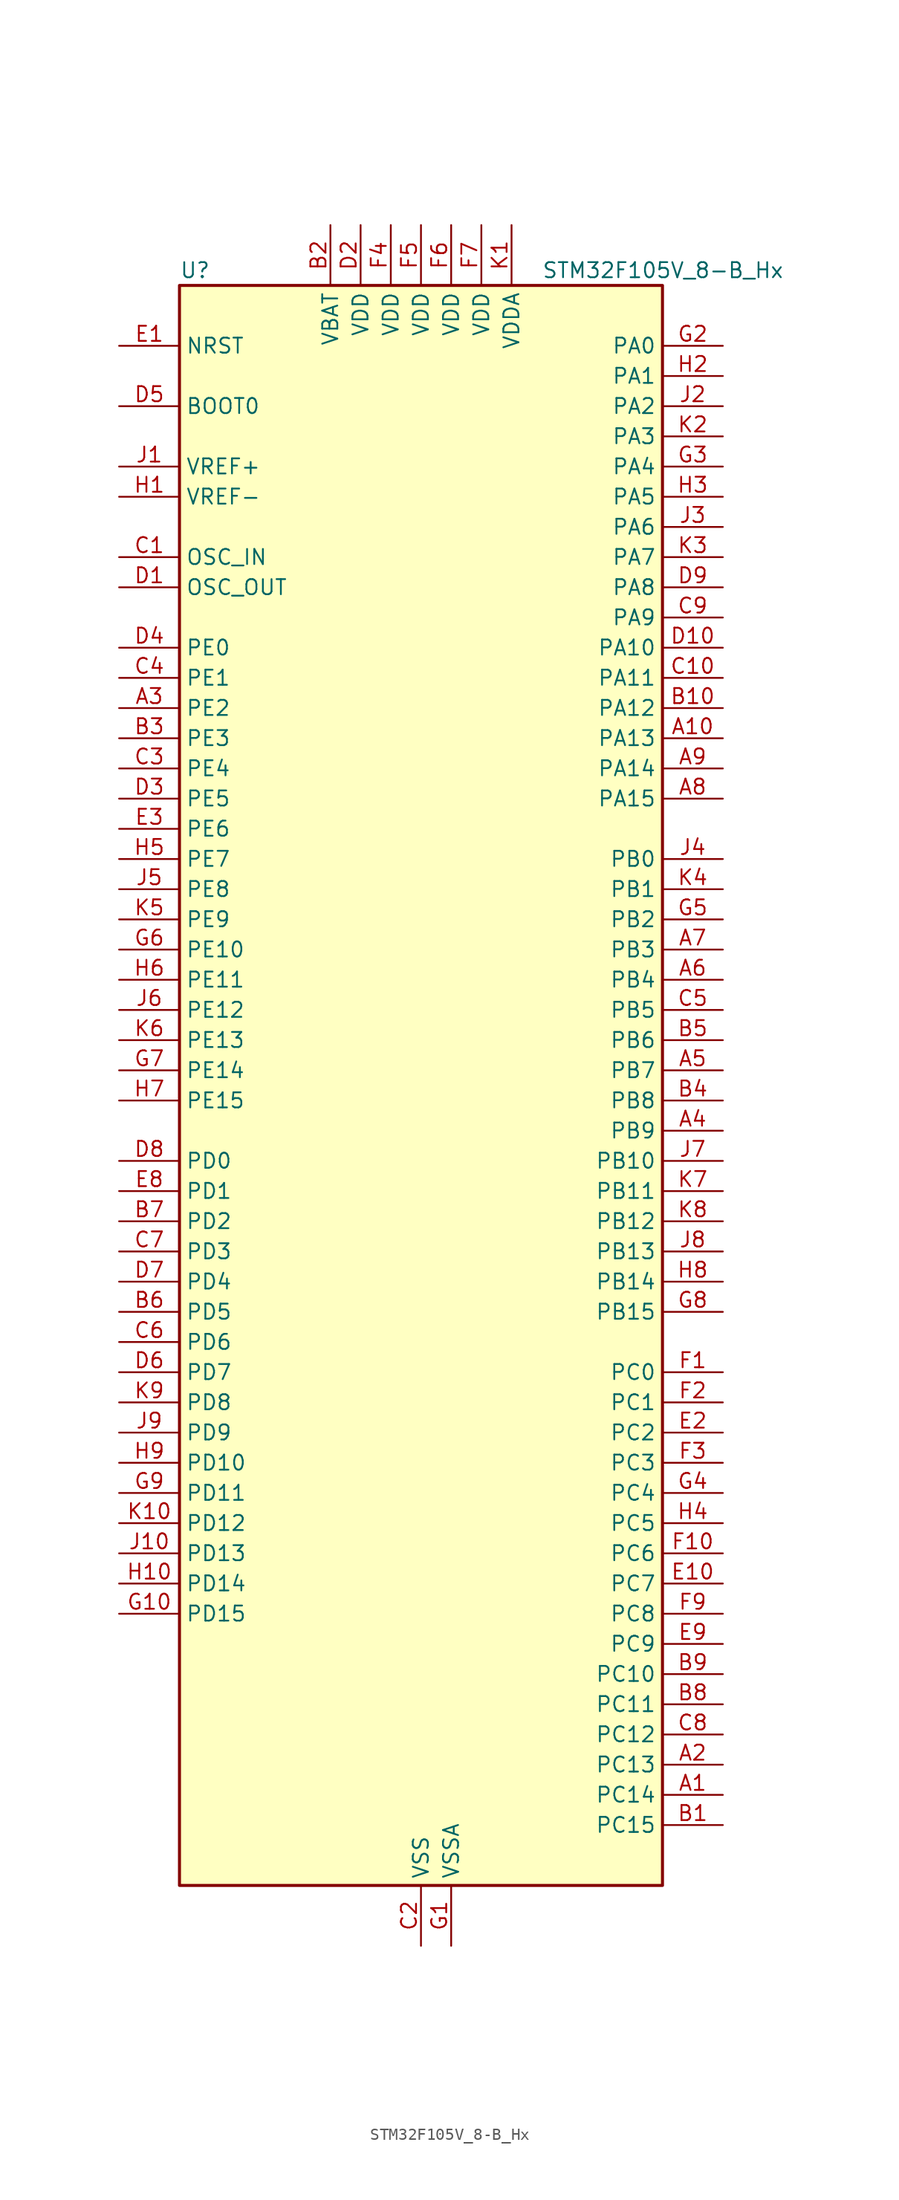
<source format=kicad_sym>
(kicad_symbol_lib
  (version 20241209)
  (generator "kicad_symbol_editor")
  (generator_version "9.0")
  (symbol "STM32F105V_8-B_Hx"
    (property "Reference" "U"
      (at -20.32 69.85 0)
      (effects (font (size 1.27 1.27)) (justify left)))
    (property "Value" "STM32F105V_8-B_Hx"
      (at 10.16 69.85 0)
      (effects (font (size 1.27 1.27)) (justify left)))
    (symbol "STM32F105V_8-B_Hx_0_1"
      (rectangle (start -20.32 -66.04) (end 20.32 68.58) (stroke (width 0.254) (type default)) (fill (type background))))
    (symbol "STM32F105V_8-B_Hx_1_1"
      (pin input line (at -25.4 63.5 0) (length 5.08) (name "NRST" (effects (font (size 1.27 1.27)))) (number "E1" (effects (font (size 1.27 1.27)))))
      (pin input line (at -25.4 58.42 0) (length 5.08) (name "BOOT0" (effects (font (size 1.27 1.27)))) (number "D5" (effects (font (size 1.27 1.27)))))
      (pin input line (at -25.4 53.34 0) (length 5.08) (name "VREF+" (effects (font (size 1.27 1.27)))) (number "J1" (effects (font (size 1.27 1.27)))))
      (pin input line (at -25.4 50.8 0) (length 5.08) (name "VREF-" (effects (font (size 1.27 1.27)))) (number "H1" (effects (font (size 1.27 1.27)))))
      (pin input line (at -25.4 45.72 0) (length 5.08) (name "OSC_IN" (effects (font (size 1.27 1.27)))) (number "C1" (effects (font (size 1.27 1.27)))) (alternate "RCC_OSC_IN" bidirectional line))
      (pin input line (at -25.4 43.18 0) (length 5.08) (name "OSC_OUT" (effects (font (size 1.27 1.27)))) (number "D1" (effects (font (size 1.27 1.27)))) (alternate "RCC_OSC_OUT" bidirectional line))
      (pin bidirectional line (at -25.4 38.1 0) (length 5.08) (name "PE0" (effects (font (size 1.27 1.27)))) (number "D4" (effects (font (size 1.27 1.27)))) (alternate "TIM4_ETR" bidirectional line))
      (pin bidirectional line (at -25.4 35.56 0) (length 5.08) (name "PE1" (effects (font (size 1.27 1.27)))) (number "C4" (effects (font (size 1.27 1.27)))))
      (pin bidirectional line (at -25.4 33.02 0) (length 5.08) (name "PE2" (effects (font (size 1.27 1.27)))) (number "A3" (effects (font (size 1.27 1.27)))) (alternate "SYS_TRACECLK" bidirectional line))
      (pin bidirectional line (at -25.4 30.48 0) (length 5.08) (name "PE3" (effects (font (size 1.27 1.27)))) (number "B3" (effects (font (size 1.27 1.27)))) (alternate "SYS_TRACED0" bidirectional line))
      (pin bidirectional line (at -25.4 27.94 0) (length 5.08) (name "PE4" (effects (font (size 1.27 1.27)))) (number "C3" (effects (font (size 1.27 1.27)))) (alternate "SYS_TRACED1" bidirectional line))
      (pin bidirectional line (at -25.4 25.4 0) (length 5.08) (name "PE5" (effects (font (size 1.27 1.27)))) (number "D3" (effects (font (size 1.27 1.27)))) (alternate "SYS_TRACED2" bidirectional line))
      (pin bidirectional line (at -25.4 22.86 0) (length 5.08) (name "PE6" (effects (font (size 1.27 1.27)))) (number "E3" (effects (font (size 1.27 1.27)))) (alternate "SYS_TRACED3" bidirectional line))
      (pin bidirectional line (at -25.4 20.32 0) (length 5.08) (name "PE7" (effects (font (size 1.27 1.27)))) (number "H5" (effects (font (size 1.27 1.27)))) (alternate "TIM1_ETR" bidirectional line))
      (pin bidirectional line (at -25.4 17.78 0) (length 5.08) (name "PE8" (effects (font (size 1.27 1.27)))) (number "J5" (effects (font (size 1.27 1.27)))) (alternate "TIM1_CH1N" bidirectional line))
      (pin bidirectional line (at -25.4 15.24 0) (length 5.08) (name "PE9" (effects (font (size 1.27 1.27)))) (number "K5" (effects (font (size 1.27 1.27)))) (alternate "DAC_EXTI9" bidirectional line) (alternate "TIM1_CH1" bidirectional line))
      (pin bidirectional line (at -25.4 12.7 0) (length 5.08) (name "PE10" (effects (font (size 1.27 1.27)))) (number "G6" (effects (font (size 1.27 1.27)))) (alternate "TIM1_CH2N" bidirectional line))
      (pin bidirectional line (at -25.4 10.16 0) (length 5.08) (name "PE11" (effects (font (size 1.27 1.27)))) (number "H6" (effects (font (size 1.27 1.27)))) (alternate "ADC1_EXTI11" bidirectional line) (alternate "ADC2_EXTI11" bidirectional line) (alternate "TIM1_CH2" bidirectional line))
      (pin bidirectional line (at -25.4 7.62 0) (length 5.08) (name "PE12" (effects (font (size 1.27 1.27)))) (number "J6" (effects (font (size 1.27 1.27)))) (alternate "TIM1_CH3N" bidirectional line))
      (pin bidirectional line (at -25.4 5.08 0) (length 5.08) (name "PE13" (effects (font (size 1.27 1.27)))) (number "K6" (effects (font (size 1.27 1.27)))) (alternate "TIM1_CH3" bidirectional line))
      (pin bidirectional line (at -25.4 2.54 0) (length 5.08) (name "PE14" (effects (font (size 1.27 1.27)))) (number "G7" (effects (font (size 1.27 1.27)))) (alternate "TIM1_CH4" bidirectional line))
      (pin bidirectional line (at -25.4 0 0) (length 5.08) (name "PE15" (effects (font (size 1.27 1.27)))) (number "H7" (effects (font (size 1.27 1.27)))) (alternate "ADC1_EXTI15" bidirectional line) (alternate "ADC2_EXTI15" bidirectional line) (alternate "TIM1_BKIN" bidirectional line))
      (pin bidirectional line (at -25.4 -5.08 0) (length 5.08) (name "PD0" (effects (font (size 1.27 1.27)))) (number "D8" (effects (font (size 1.27 1.27)))) (alternate "CAN1_RX" bidirectional line))
      (pin bidirectional line (at -25.4 -7.62 0) (length 5.08) (name "PD1" (effects (font (size 1.27 1.27)))) (number "E8" (effects (font (size 1.27 1.27)))) (alternate "CAN1_TX" bidirectional line))
      (pin bidirectional line (at -25.4 -10.16 0) (length 5.08) (name "PD2" (effects (font (size 1.27 1.27)))) (number "B7" (effects (font (size 1.27 1.27)))) (alternate "TIM3_ETR" bidirectional line) (alternate "UART5_RX" bidirectional line))
      (pin bidirectional line (at -25.4 -12.7 0) (length 5.08) (name "PD3" (effects (font (size 1.27 1.27)))) (number "C7" (effects (font (size 1.27 1.27)))) (alternate "USART2_CTS" bidirectional line))
      (pin bidirectional line (at -25.4 -15.24 0) (length 5.08) (name "PD4" (effects (font (size 1.27 1.27)))) (number "D7" (effects (font (size 1.27 1.27)))) (alternate "USART2_RTS" bidirectional line))
      (pin bidirectional line (at -25.4 -17.78 0) (length 5.08) (name "PD5" (effects (font (size 1.27 1.27)))) (number "B6" (effects (font (size 1.27 1.27)))) (alternate "USART2_TX" bidirectional line))
      (pin bidirectional line (at -25.4 -20.32 0) (length 5.08) (name "PD6" (effects (font (size 1.27 1.27)))) (number "C6" (effects (font (size 1.27 1.27)))) (alternate "USART2_RX" bidirectional line))
      (pin bidirectional line (at -25.4 -22.86 0) (length 5.08) (name "PD7" (effects (font (size 1.27 1.27)))) (number "D6" (effects (font (size 1.27 1.27)))) (alternate "USART2_CK" bidirectional line))
      (pin bidirectional line (at -25.4 -25.4 0) (length 5.08) (name "PD8" (effects (font (size 1.27 1.27)))) (number "K9" (effects (font (size 1.27 1.27)))) (alternate "USART3_TX" bidirectional line))
      (pin bidirectional line (at -25.4 -27.94 0) (length 5.08) (name "PD9" (effects (font (size 1.27 1.27)))) (number "J9" (effects (font (size 1.27 1.27)))) (alternate "DAC_EXTI9" bidirectional line) (alternate "USART3_RX" bidirectional line))
      (pin bidirectional line (at -25.4 -30.48 0) (length 5.08) (name "PD10" (effects (font (size 1.27 1.27)))) (number "H9" (effects (font (size 1.27 1.27)))) (alternate "USART3_CK" bidirectional line))
      (pin bidirectional line (at -25.4 -33.02 0) (length 5.08) (name "PD11" (effects (font (size 1.27 1.27)))) (number "G9" (effects (font (size 1.27 1.27)))) (alternate "ADC1_EXTI11" bidirectional line) (alternate "ADC2_EXTI11" bidirectional line) (alternate "USART3_CTS" bidirectional line))
      (pin bidirectional line (at -25.4 -35.56 0) (length 5.08) (name "PD12" (effects (font (size 1.27 1.27)))) (number "K10" (effects (font (size 1.27 1.27)))) (alternate "TIM4_CH1" bidirectional line) (alternate "USART3_RTS" bidirectional line))
      (pin bidirectional line (at -25.4 -38.1 0) (length 5.08) (name "PD13" (effects (font (size 1.27 1.27)))) (number "J10" (effects (font (size 1.27 1.27)))) (alternate "TIM4_CH2" bidirectional line))
      (pin bidirectional line (at -25.4 -40.64 0) (length 5.08) (name "PD14" (effects (font (size 1.27 1.27)))) (number "H10" (effects (font (size 1.27 1.27)))) (alternate "TIM4_CH3" bidirectional line))
      (pin bidirectional line (at -25.4 -43.18 0) (length 5.08) (name "PD15" (effects (font (size 1.27 1.27)))) (number "G10" (effects (font (size 1.27 1.27)))) (alternate "ADC1_EXTI15" bidirectional line) (alternate "ADC2_EXTI15" bidirectional line) (alternate "TIM4_CH4" bidirectional line))
      (pin no_connect line (at -20.32 -66.04 0) (length 5.08) (hide yes) (name "NC" (effects (font (size 1.27 1.27)))) (number "F8" (effects (font (size 1.27 1.27)))))
      (pin power_in line (at -7.62 73.66 270) (length 5.08) (name "VBAT" (effects (font (size 1.27 1.27)))) (number "B2" (effects (font (size 1.27 1.27)))))
      (pin power_in line (at -5.08 73.66 270) (length 5.08) (name "VDD" (effects (font (size 1.27 1.27)))) (number "D2" (effects (font (size 1.27 1.27)))))
      (pin power_in line (at -2.54 73.66 270) (length 5.08) (name "VDD" (effects (font (size 1.27 1.27)))) (number "F4" (effects (font (size 1.27 1.27)))))
      (pin power_in line (at 0 73.66 270) (length 5.08) (name "VDD" (effects (font (size 1.27 1.27)))) (number "F5" (effects (font (size 1.27 1.27)))))
      (pin power_in line (at 0 -71.12 90) (length 5.08) (name "VSS" (effects (font (size 1.27 1.27)))) (number "C2" (effects (font (size 1.27 1.27)))))
      (pin passive line (at 0 -71.12 90) (length 5.08) (hide yes) (name "VSS" (effects (font (size 1.27 1.27)))) (number "E4" (effects (font (size 1.27 1.27)))))
      (pin passive line (at 0 -71.12 90) (length 5.08) (hide yes) (name "VSS" (effects (font (size 1.27 1.27)))) (number "E5" (effects (font (size 1.27 1.27)))))
      (pin passive line (at 0 -71.12 90) (length 5.08) (hide yes) (name "VSS" (effects (font (size 1.27 1.27)))) (number "E6" (effects (font (size 1.27 1.27)))))
      (pin passive line (at 0 -71.12 90) (length 5.08) (hide yes) (name "VSS" (effects (font (size 1.27 1.27)))) (number "E7" (effects (font (size 1.27 1.27)))))
      (pin power_in line (at 2.54 73.66 270) (length 5.08) (name "VDD" (effects (font (size 1.27 1.27)))) (number "F6" (effects (font (size 1.27 1.27)))))
      (pin power_in line (at 2.54 -71.12 90) (length 5.08) (name "VSSA" (effects (font (size 1.27 1.27)))) (number "G1" (effects (font (size 1.27 1.27)))))
      (pin power_in line (at 5.08 73.66 270) (length 5.08) (name "VDD" (effects (font (size 1.27 1.27)))) (number "F7" (effects (font (size 1.27 1.27)))))
      (pin power_in line (at 7.62 73.66 270) (length 5.08) (name "VDDA" (effects (font (size 1.27 1.27)))) (number "K1" (effects (font (size 1.27 1.27)))))
      (pin bidirectional line (at 25.4 63.5 180) (length 5.08) (name "PA0" (effects (font (size 1.27 1.27)))) (number "G2" (effects (font (size 1.27 1.27)))) (alternate "ADC1_IN0" bidirectional line) (alternate "ADC2_IN0" bidirectional line) (alternate "SYS_WKUP" bidirectional line) (alternate "TIM2_CH1" bidirectional line) (alternate "TIM2_ETR" bidirectional line) (alternate "TIM5_CH1" bidirectional line) (alternate "USART2_CTS" bidirectional line))
      (pin bidirectional line (at 25.4 60.96 180) (length 5.08) (name "PA1" (effects (font (size 1.27 1.27)))) (number "H2" (effects (font (size 1.27 1.27)))) (alternate "ADC1_IN1" bidirectional line) (alternate "ADC2_IN1" bidirectional line) (alternate "TIM2_CH2" bidirectional line) (alternate "TIM5_CH2" bidirectional line) (alternate "USART2_RTS" bidirectional line))
      (pin bidirectional line (at 25.4 58.42 180) (length 5.08) (name "PA2" (effects (font (size 1.27 1.27)))) (number "J2" (effects (font (size 1.27 1.27)))) (alternate "ADC1_IN2" bidirectional line) (alternate "ADC2_IN2" bidirectional line) (alternate "TIM2_CH3" bidirectional line) (alternate "TIM5_CH3" bidirectional line) (alternate "USART2_TX" bidirectional line))
      (pin bidirectional line (at 25.4 55.88 180) (length 5.08) (name "PA3" (effects (font (size 1.27 1.27)))) (number "K2" (effects (font (size 1.27 1.27)))) (alternate "ADC1_IN3" bidirectional line) (alternate "ADC2_IN3" bidirectional line) (alternate "TIM2_CH4" bidirectional line) (alternate "TIM5_CH4" bidirectional line) (alternate "USART2_RX" bidirectional line))
      (pin bidirectional line (at 25.4 53.34 180) (length 5.08) (name "PA4" (effects (font (size 1.27 1.27)))) (number "G3" (effects (font (size 1.27 1.27)))) (alternate "ADC1_IN4" bidirectional line) (alternate "ADC2_IN4" bidirectional line) (alternate "DAC_OUT1" bidirectional line) (alternate "I2S3_WS" bidirectional line) (alternate "SPI1_NSS" bidirectional line) (alternate "SPI3_NSS" bidirectional line) (alternate "USART2_CK" bidirectional line))
      (pin bidirectional line (at 25.4 50.8 180) (length 5.08) (name "PA5" (effects (font (size 1.27 1.27)))) (number "H3" (effects (font (size 1.27 1.27)))) (alternate "ADC1_IN5" bidirectional line) (alternate "ADC2_IN5" bidirectional line) (alternate "DAC_OUT2" bidirectional line) (alternate "SPI1_SCK" bidirectional line))
      (pin bidirectional line (at 25.4 48.26 180) (length 5.08) (name "PA6" (effects (font (size 1.27 1.27)))) (number "J3" (effects (font (size 1.27 1.27)))) (alternate "ADC1_IN6" bidirectional line) (alternate "ADC2_IN6" bidirectional line) (alternate "SPI1_MISO" bidirectional line) (alternate "TIM1_BKIN" bidirectional line) (alternate "TIM3_CH1" bidirectional line))
      (pin bidirectional line (at 25.4 45.72 180) (length 5.08) (name "PA7" (effects (font (size 1.27 1.27)))) (number "K3" (effects (font (size 1.27 1.27)))) (alternate "ADC1_IN7" bidirectional line) (alternate "ADC2_IN7" bidirectional line) (alternate "SPI1_MOSI" bidirectional line) (alternate "TIM1_CH1N" bidirectional line) (alternate "TIM3_CH2" bidirectional line))
      (pin bidirectional line (at 25.4 43.18 180) (length 5.08) (name "PA8" (effects (font (size 1.27 1.27)))) (number "D9" (effects (font (size 1.27 1.27)))) (alternate "RCC_MCO" bidirectional line) (alternate "TIM1_CH1" bidirectional line) (alternate "USART1_CK" bidirectional line) (alternate "USB_OTG_FS_SOF" bidirectional line))
      (pin bidirectional line (at 25.4 40.64 180) (length 5.08) (name "PA9" (effects (font (size 1.27 1.27)))) (number "C9" (effects (font (size 1.27 1.27)))) (alternate "DAC_EXTI9" bidirectional line) (alternate "TIM1_CH2" bidirectional line) (alternate "USART1_TX" bidirectional line) (alternate "USB_OTG_FS_VBUS" bidirectional line))
      (pin bidirectional line (at 25.4 38.1 180) (length 5.08) (name "PA10" (effects (font (size 1.27 1.27)))) (number "D10" (effects (font (size 1.27 1.27)))) (alternate "TIM1_CH3" bidirectional line) (alternate "USART1_RX" bidirectional line) (alternate "USB_OTG_FS_ID" bidirectional line))
      (pin bidirectional line (at 25.4 35.56 180) (length 5.08) (name "PA11" (effects (font (size 1.27 1.27)))) (number "C10" (effects (font (size 1.27 1.27)))) (alternate "ADC1_EXTI11" bidirectional line) (alternate "ADC2_EXTI11" bidirectional line) (alternate "CAN1_RX" bidirectional line) (alternate "TIM1_CH4" bidirectional line) (alternate "USART1_CTS" bidirectional line) (alternate "USB_OTG_FS_DM" bidirectional line))
      (pin bidirectional line (at 25.4 33.02 180) (length 5.08) (name "PA12" (effects (font (size 1.27 1.27)))) (number "B10" (effects (font (size 1.27 1.27)))) (alternate "CAN1_TX" bidirectional line) (alternate "TIM1_ETR" bidirectional line) (alternate "USART1_RTS" bidirectional line) (alternate "USB_OTG_FS_DP" bidirectional line))
      (pin bidirectional line (at 25.4 30.48 180) (length 5.08) (name "PA13" (effects (font (size 1.27 1.27)))) (number "A10" (effects (font (size 1.27 1.27)))) (alternate "SYS_JTMS-SWDIO" bidirectional line))
      (pin bidirectional line (at 25.4 27.94 180) (length 5.08) (name "PA14" (effects (font (size 1.27 1.27)))) (number "A9" (effects (font (size 1.27 1.27)))) (alternate "SYS_JTCK-SWCLK" bidirectional line))
      (pin bidirectional line (at 25.4 25.4 180) (length 5.08) (name "PA15" (effects (font (size 1.27 1.27)))) (number "A8" (effects (font (size 1.27 1.27)))) (alternate "ADC1_EXTI15" bidirectional line) (alternate "ADC2_EXTI15" bidirectional line) (alternate "I2S3_WS" bidirectional line) (alternate "SPI1_NSS" bidirectional line) (alternate "SPI3_NSS" bidirectional line) (alternate "SYS_JTDI" bidirectional line) (alternate "TIM2_CH1" bidirectional line) (alternate "TIM2_ETR" bidirectional line))
      (pin bidirectional line (at 25.4 20.32 180) (length 5.08) (name "PB0" (effects (font (size 1.27 1.27)))) (number "J4" (effects (font (size 1.27 1.27)))) (alternate "ADC1_IN8" bidirectional line) (alternate "ADC2_IN8" bidirectional line) (alternate "TIM1_CH2N" bidirectional line) (alternate "TIM3_CH3" bidirectional line))
      (pin bidirectional line (at 25.4 17.78 180) (length 5.08) (name "PB1" (effects (font (size 1.27 1.27)))) (number "K4" (effects (font (size 1.27 1.27)))) (alternate "ADC1_IN9" bidirectional line) (alternate "ADC2_IN9" bidirectional line) (alternate "TIM1_CH3N" bidirectional line) (alternate "TIM3_CH4" bidirectional line))
      (pin bidirectional line (at 25.4 15.24 180) (length 5.08) (name "PB2" (effects (font (size 1.27 1.27)))) (number "G5" (effects (font (size 1.27 1.27)))))
      (pin bidirectional line (at 25.4 12.7 180) (length 5.08) (name "PB3" (effects (font (size 1.27 1.27)))) (number "A7" (effects (font (size 1.27 1.27)))) (alternate "I2S3_CK" bidirectional line) (alternate "SPI1_SCK" bidirectional line) (alternate "SPI3_SCK" bidirectional line) (alternate "SYS_JTDO" bidirectional line) (alternate "SYS_TRACESWO" bidirectional line) (alternate "TIM2_CH2" bidirectional line))
      (pin bidirectional line (at 25.4 10.16 180) (length 5.08) (name "PB4" (effects (font (size 1.27 1.27)))) (number "A6" (effects (font (size 1.27 1.27)))) (alternate "SPI1_MISO" bidirectional line) (alternate "SPI3_MISO" bidirectional line) (alternate "SYS_NJTRST" bidirectional line) (alternate "TIM3_CH1" bidirectional line))
      (pin bidirectional line (at 25.4 7.62 180) (length 5.08) (name "PB5" (effects (font (size 1.27 1.27)))) (number "C5" (effects (font (size 1.27 1.27)))) (alternate "CAN2_RX" bidirectional line) (alternate "I2C1_SMBA" bidirectional line) (alternate "I2S3_SD" bidirectional line) (alternate "SPI1_MOSI" bidirectional line) (alternate "SPI3_MOSI" bidirectional line) (alternate "TIM3_CH2" bidirectional line))
      (pin bidirectional line (at 25.4 5.08 180) (length 5.08) (name "PB6" (effects (font (size 1.27 1.27)))) (number "B5" (effects (font (size 1.27 1.27)))) (alternate "CAN2_TX" bidirectional line) (alternate "I2C1_SCL" bidirectional line) (alternate "TIM4_CH1" bidirectional line) (alternate "USART1_TX" bidirectional line))
      (pin bidirectional line (at 25.4 2.54 180) (length 5.08) (name "PB7" (effects (font (size 1.27 1.27)))) (number "A5" (effects (font (size 1.27 1.27)))) (alternate "I2C1_SDA" bidirectional line) (alternate "TIM4_CH2" bidirectional line) (alternate "USART1_RX" bidirectional line))
      (pin bidirectional line (at 25.4 0 180) (length 5.08) (name "PB8" (effects (font (size 1.27 1.27)))) (number "B4" (effects (font (size 1.27 1.27)))) (alternate "CAN1_RX" bidirectional line) (alternate "I2C1_SCL" bidirectional line) (alternate "TIM4_CH3" bidirectional line))
      (pin bidirectional line (at 25.4 -2.54 180) (length 5.08) (name "PB9" (effects (font (size 1.27 1.27)))) (number "A4" (effects (font (size 1.27 1.27)))) (alternate "CAN1_TX" bidirectional line) (alternate "DAC_EXTI9" bidirectional line) (alternate "I2C1_SDA" bidirectional line) (alternate "TIM4_CH4" bidirectional line))
      (pin bidirectional line (at 25.4 -5.08 180) (length 5.08) (name "PB10" (effects (font (size 1.27 1.27)))) (number "J7" (effects (font (size 1.27 1.27)))) (alternate "I2C2_SCL" bidirectional line) (alternate "TIM2_CH3" bidirectional line) (alternate "USART3_TX" bidirectional line))
      (pin bidirectional line (at 25.4 -7.62 180) (length 5.08) (name "PB11" (effects (font (size 1.27 1.27)))) (number "K7" (effects (font (size 1.27 1.27)))) (alternate "ADC1_EXTI11" bidirectional line) (alternate "ADC2_EXTI11" bidirectional line) (alternate "I2C2_SDA" bidirectional line) (alternate "TIM2_CH4" bidirectional line) (alternate "USART3_RX" bidirectional line))
      (pin bidirectional line (at 25.4 -10.16 180) (length 5.08) (name "PB12" (effects (font (size 1.27 1.27)))) (number "K8" (effects (font (size 1.27 1.27)))) (alternate "CAN2_RX" bidirectional line) (alternate "I2C2_SMBA" bidirectional line) (alternate "I2S2_WS" bidirectional line) (alternate "SPI2_NSS" bidirectional line) (alternate "TIM1_BKIN" bidirectional line) (alternate "USART3_CK" bidirectional line))
      (pin bidirectional line (at 25.4 -12.7 180) (length 5.08) (name "PB13" (effects (font (size 1.27 1.27)))) (number "J8" (effects (font (size 1.27 1.27)))) (alternate "CAN2_TX" bidirectional line) (alternate "I2S2_CK" bidirectional line) (alternate "SPI2_SCK" bidirectional line) (alternate "TIM1_CH1N" bidirectional line) (alternate "USART3_CTS" bidirectional line))
      (pin bidirectional line (at 25.4 -15.24 180) (length 5.08) (name "PB14" (effects (font (size 1.27 1.27)))) (number "H8" (effects (font (size 1.27 1.27)))) (alternate "SPI2_MISO" bidirectional line) (alternate "TIM1_CH2N" bidirectional line) (alternate "USART3_RTS" bidirectional line))
      (pin bidirectional line (at 25.4 -17.78 180) (length 5.08) (name "PB15" (effects (font (size 1.27 1.27)))) (number "G8" (effects (font (size 1.27 1.27)))) (alternate "ADC1_EXTI15" bidirectional line) (alternate "ADC2_EXTI15" bidirectional line) (alternate "I2S2_SD" bidirectional line) (alternate "SPI2_MOSI" bidirectional line) (alternate "TIM1_CH3N" bidirectional line))
      (pin bidirectional line (at 25.4 -22.86 180) (length 5.08) (name "PC0" (effects (font (size 1.27 1.27)))) (number "F1" (effects (font (size 1.27 1.27)))) (alternate "ADC1_IN10" bidirectional line) (alternate "ADC2_IN10" bidirectional line))
      (pin bidirectional line (at 25.4 -25.4 180) (length 5.08) (name "PC1" (effects (font (size 1.27 1.27)))) (number "F2" (effects (font (size 1.27 1.27)))) (alternate "ADC1_IN11" bidirectional line) (alternate "ADC2_IN11" bidirectional line))
      (pin bidirectional line (at 25.4 -27.94 180) (length 5.08) (name "PC2" (effects (font (size 1.27 1.27)))) (number "E2" (effects (font (size 1.27 1.27)))) (alternate "ADC1_IN12" bidirectional line) (alternate "ADC2_IN12" bidirectional line))
      (pin bidirectional line (at 25.4 -30.48 180) (length 5.08) (name "PC3" (effects (font (size 1.27 1.27)))) (number "F3" (effects (font (size 1.27 1.27)))) (alternate "ADC1_IN13" bidirectional line) (alternate "ADC2_IN13" bidirectional line))
      (pin bidirectional line (at 25.4 -33.02 180) (length 5.08) (name "PC4" (effects (font (size 1.27 1.27)))) (number "G4" (effects (font (size 1.27 1.27)))) (alternate "ADC1_IN14" bidirectional line) (alternate "ADC2_IN14" bidirectional line))
      (pin bidirectional line (at 25.4 -35.56 180) (length 5.08) (name "PC5" (effects (font (size 1.27 1.27)))) (number "H4" (effects (font (size 1.27 1.27)))) (alternate "ADC1_IN15" bidirectional line) (alternate "ADC2_IN15" bidirectional line))
      (pin bidirectional line (at 25.4 -38.1 180) (length 5.08) (name "PC6" (effects (font (size 1.27 1.27)))) (number "F10" (effects (font (size 1.27 1.27)))) (alternate "I2S2_MCK" bidirectional line) (alternate "TIM3_CH1" bidirectional line))
      (pin bidirectional line (at 25.4 -40.64 180) (length 5.08) (name "PC7" (effects (font (size 1.27 1.27)))) (number "E10" (effects (font (size 1.27 1.27)))) (alternate "I2S3_MCK" bidirectional line) (alternate "TIM3_CH2" bidirectional line))
      (pin bidirectional line (at 25.4 -43.18 180) (length 5.08) (name "PC8" (effects (font (size 1.27 1.27)))) (number "F9" (effects (font (size 1.27 1.27)))) (alternate "TIM3_CH3" bidirectional line))
      (pin bidirectional line (at 25.4 -45.72 180) (length 5.08) (name "PC9" (effects (font (size 1.27 1.27)))) (number "E9" (effects (font (size 1.27 1.27)))) (alternate "DAC_EXTI9" bidirectional line) (alternate "TIM3_CH4" bidirectional line))
      (pin bidirectional line (at 25.4 -48.26 180) (length 5.08) (name "PC10" (effects (font (size 1.27 1.27)))) (number "B9" (effects (font (size 1.27 1.27)))) (alternate "I2S3_CK" bidirectional line) (alternate "SPI3_SCK" bidirectional line) (alternate "UART4_TX" bidirectional line) (alternate "USART3_TX" bidirectional line))
      (pin bidirectional line (at 25.4 -50.8 180) (length 5.08) (name "PC11" (effects (font (size 1.27 1.27)))) (number "B8" (effects (font (size 1.27 1.27)))) (alternate "ADC1_EXTI11" bidirectional line) (alternate "ADC2_EXTI11" bidirectional line) (alternate "SPI3_MISO" bidirectional line) (alternate "UART4_RX" bidirectional line) (alternate "USART3_RX" bidirectional line))
      (pin bidirectional line (at 25.4 -53.34 180) (length 5.08) (name "PC12" (effects (font (size 1.27 1.27)))) (number "C8" (effects (font (size 1.27 1.27)))) (alternate "I2S3_SD" bidirectional line) (alternate "SPI3_MOSI" bidirectional line) (alternate "UART5_TX" bidirectional line) (alternate "USART3_CK" bidirectional line))
      (pin bidirectional line (at 25.4 -55.88 180) (length 5.08) (name "PC13" (effects (font (size 1.27 1.27)))) (number "A2" (effects (font (size 1.27 1.27)))) (alternate "RTC_OUT" bidirectional line) (alternate "RTC_TAMPER" bidirectional line))
      (pin bidirectional line (at 25.4 -58.42 180) (length 5.08) (name "PC14" (effects (font (size 1.27 1.27)))) (number "A1" (effects (font (size 1.27 1.27)))) (alternate "RCC_OSC32_IN" bidirectional line))
      (pin bidirectional line (at 25.4 -60.96 180) (length 5.08) (name "PC15" (effects (font (size 1.27 1.27)))) (number "B1" (effects (font (size 1.27 1.27)))) (alternate "ADC1_EXTI15" bidirectional line) (alternate "ADC2_EXTI15" bidirectional line) (alternate "RCC_OSC32_OUT" bidirectional line)))))
</source>
